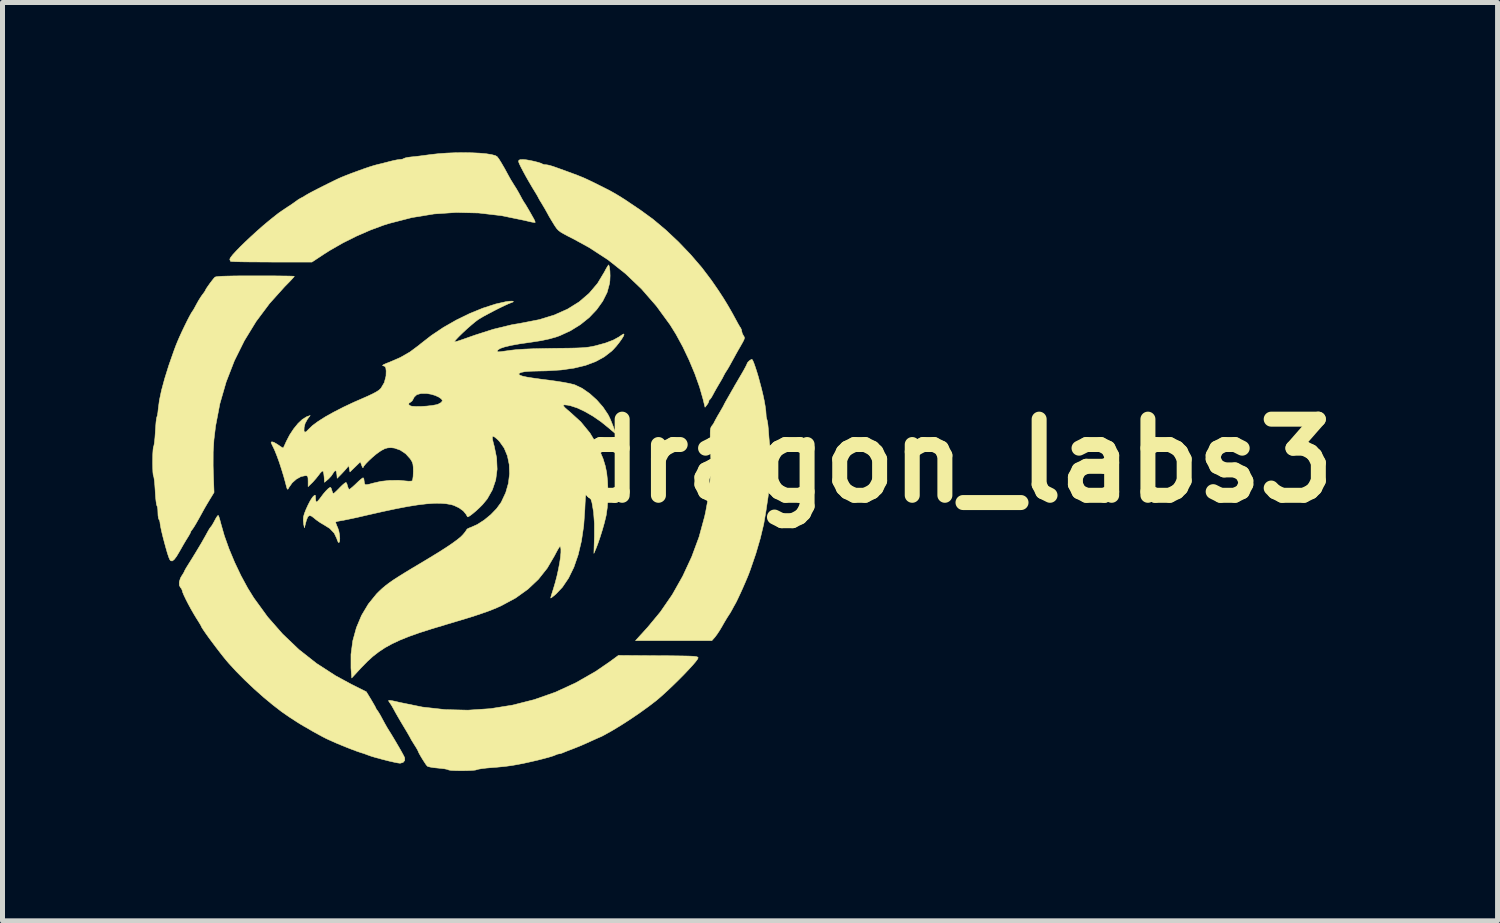
<source format=kicad_pcb>
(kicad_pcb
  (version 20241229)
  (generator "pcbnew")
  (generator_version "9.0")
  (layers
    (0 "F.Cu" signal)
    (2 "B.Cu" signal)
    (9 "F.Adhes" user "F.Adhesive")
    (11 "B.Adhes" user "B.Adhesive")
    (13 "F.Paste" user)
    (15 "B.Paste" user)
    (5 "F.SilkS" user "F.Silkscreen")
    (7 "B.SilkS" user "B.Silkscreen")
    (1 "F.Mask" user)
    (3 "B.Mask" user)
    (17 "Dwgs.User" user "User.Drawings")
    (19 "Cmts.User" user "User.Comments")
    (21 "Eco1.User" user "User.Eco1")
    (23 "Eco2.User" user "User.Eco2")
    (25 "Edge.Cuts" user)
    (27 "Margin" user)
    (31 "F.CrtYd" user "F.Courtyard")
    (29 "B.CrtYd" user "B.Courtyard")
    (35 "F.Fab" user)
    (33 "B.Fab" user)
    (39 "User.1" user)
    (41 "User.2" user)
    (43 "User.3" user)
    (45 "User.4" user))
  (footprint "dragon_labs3"
    (layer "F.Cu")
    (at 6.228 6.174)
    (property "Reference" "dragon_labs3" (at 9.779 0 0) (layer "F.SilkS") (effects (font (size 1.524 1.524) (thickness 0.3))))
    (attr through_hole)
    (fp_poly (pts (xy 0.169 -6.166) (xy 0.32 -6.159) (xy 0.453 -6.147) (xy 0.56 -6.13) (xy 0.636 -6.11) (xy 0.671 -6.09) (xy 0.706 -6.045) (xy 0.757 -5.963) (xy 0.825 -5.846) (xy 0.902 -5.704) (xy 0.946 -5.625) (xy 0.995 -5.546) (xy 1.015 -5.514) (xy 1.058 -5.446) (xy 1.106 -5.363) (xy 1.133 -5.313) (xy 1.169 -5.246) (xy 1.2 -5.192) (xy 1.216 -5.167) (xy 1.231 -5.146) (xy 1.254 -5.108) (xy 1.289 -5.049) (xy 1.338 -4.964) (xy 1.404 -4.847) (xy 1.408 -4.84) (xy 1.429 -4.796) (xy 1.434 -4.771) (xy 1.433 -4.771) (xy 1.41 -4.772) (xy 1.355 -4.781) (xy 1.278 -4.799) (xy 1.215 -4.814) (xy 0.757 -4.908) (xy 0.304 -4.961) (xy -0.144 -4.972) (xy -0.59 -4.942) (xy -1.036 -4.869) (xy -1.482 -4.754) (xy -1.598 -4.718) (xy -1.863 -4.62) (xy -2.141 -4.499) (xy -2.417 -4.361) (xy -2.675 -4.213) (xy -2.792 -4.139) (xy -3.034 -3.979) (xy -3.842 -3.979) (xy -4.023 -3.98) (xy -4.19 -3.981) (xy -4.34 -3.982) (xy -4.466 -3.984) (xy -4.566 -3.987) (xy -4.633 -3.99) (xy -4.663 -3.993) (xy -4.664 -3.993) (xy -4.677 -4.025) (xy -4.678 -4.039) (xy -4.662 -4.071) (xy -4.619 -4.126) (xy -4.552 -4.199) (xy -4.466 -4.288) (xy -4.365 -4.386) (xy -4.253 -4.491) (xy -4.136 -4.598) (xy -4.017 -4.703) (xy -3.9 -4.801) (xy -3.823 -4.863) (xy -3.769 -4.906) (xy -3.727 -4.939) (xy -3.713 -4.95) (xy -3.683 -4.972) (xy -3.629 -5.009) (xy -3.567 -5.051) (xy -3.507 -5.091) (xy -3.473 -5.112) (xy -3.435 -5.138) (xy -3.381 -5.176) (xy -3.365 -5.188) (xy -3.312 -5.226) (xy -3.269 -5.252) (xy -3.26 -5.257) (xy -3.223 -5.276) (xy -3.168 -5.309) (xy -3.143 -5.324) (xy -3.093 -5.353) (xy -3.014 -5.395) (xy -2.915 -5.446) (xy -2.804 -5.502) (xy -2.692 -5.558) (xy -2.586 -5.61) (xy -2.496 -5.653) (xy -2.434 -5.68) (xy -2.343 -5.717) (xy -2.233 -5.759) (xy -2.113 -5.803) (xy -1.994 -5.846) (xy -1.885 -5.883) (xy -1.795 -5.911) (xy -1.736 -5.927) (xy -1.736 -5.927) (xy -1.679 -5.941) (xy -1.598 -5.961) (xy -1.508 -5.984) (xy -1.494 -5.988) (xy -1.408 -6.009) (xy -1.331 -6.025) (xy -1.278 -6.032) (xy -1.271 -6.032) (xy -1.221 -6.039) (xy -1.195 -6.052) (xy -1.164 -6.064) (xy -1.105 -6.076) (xy -1.048 -6.083) (xy -0.975 -6.09) (xy -0.875 -6.102) (xy -0.76 -6.117) (xy -0.656 -6.131) (xy -0.502 -6.148) (xy -0.336 -6.16) (xy -0.165 -6.167) (xy 0.006 -6.169) (xy 0.169 -6.166)) (stroke (width 0.01) (type solid)) (fill yes) (layer "F.SilkS"))
    (fp_poly (pts (xy 3.894 3.9) (xy 4.099 3.901) (xy 4.265 3.903) (xy 4.397 3.905) (xy 4.498 3.907) (xy 4.574 3.91) (xy 4.627 3.914) (xy 4.661 3.919) (xy 4.682 3.926) (xy 4.692 3.934) (xy 4.695 3.943) (xy 4.683 3.97) (xy 4.644 4.022) (xy 4.583 4.093) (xy 4.504 4.179) (xy 4.412 4.276) (xy 4.311 4.378) (xy 4.205 4.482) (xy 4.099 4.583) (xy 3.998 4.676) (xy 3.906 4.757) (xy 3.856 4.799) (xy 3.702 4.917) (xy 3.523 5.046) (xy 3.333 5.175) (xy 3.145 5.296) (xy 2.971 5.401) (xy 2.948 5.414) (xy 2.867 5.459) (xy 2.8 5.496) (xy 2.756 5.519) (xy 2.743 5.524) (xy 2.721 5.533) (xy 2.669 5.556) (xy 2.596 5.589) (xy 2.536 5.616) (xy 2.43 5.664) (xy 2.316 5.713) (xy 2.213 5.754) (xy 2.18 5.767) (xy 2.1 5.797) (xy 2.032 5.824) (xy 1.989 5.842) (xy 1.985 5.844) (xy 1.937 5.861) (xy 1.916 5.863) (xy 1.87 5.873) (xy 1.847 5.884) (xy 1.801 5.903) (xy 1.72 5.928) (xy 1.611 5.958) (xy 1.482 5.991) (xy 1.339 6.024) (xy 1.249 6.044) (xy 1.1 6.074) (xy 0.966 6.098) (xy 0.83 6.116) (xy 0.677 6.131) (xy 0.561 6.14) (xy 0.457 6.149) (xy 0.367 6.16) (xy 0.301 6.171) (xy 0.268 6.18) (xy 0.266 6.181) (xy 0.238 6.189) (xy 0.178 6.195) (xy 0.097 6.199) (xy 0.003 6.201) (xy -0.093 6.201) (xy -0.181 6.199) (xy -0.252 6.195) (xy -0.296 6.188) (xy -0.305 6.183) (xy -0.33 6.174) (xy -0.387 6.163) (xy -0.466 6.154) (xy -0.505 6.15) (xy -0.594 6.141) (xy -0.668 6.129) (xy -0.716 6.116) (xy -0.725 6.11) (xy -0.748 6.084) (xy -0.782 6.033) (xy -0.823 5.969) (xy -0.862 5.904) (xy -0.893 5.848) (xy -0.909 5.813) (xy -0.91 5.808) (xy -0.921 5.786) (xy -0.948 5.739) (xy -0.984 5.682) (xy -1.022 5.621) (xy -1.049 5.577) (xy -1.058 5.558) (xy -1.069 5.538) (xy -1.097 5.488) (xy -1.139 5.416) (xy -1.191 5.329) (xy -1.205 5.306) (xy -1.264 5.207) (xy -1.32 5.111) (xy -1.366 5.03) (xy -1.396 4.974) (xy -1.398 4.971) (xy -1.433 4.908) (xy -1.466 4.856) (xy -1.477 4.842) (xy -1.498 4.809) (xy -1.499 4.794) (xy -1.475 4.794) (xy -1.419 4.803) (xy -1.341 4.82) (xy -1.278 4.835) (xy -0.822 4.928) (xy -0.366 4.979) (xy 0.088 4.99) (xy 0.538 4.96) (xy 0.981 4.889) (xy 1.415 4.779) (xy 1.839 4.63) (xy 2.249 4.441) (xy 2.644 4.215) (xy 2.924 4.023) (xy 3.1 3.894) (xy 3.894 3.9)) (stroke (width 0.01) (type solid)) (fill yes) (layer "F.SilkS"))
    (fp_poly (pts (xy 5.787 -2.013) (xy 5.81 -1.96) (xy 5.838 -1.881) (xy 5.87 -1.783) (xy 5.903 -1.674) (xy 5.927 -1.582) (xy 5.948 -1.504) (xy 5.969 -1.425) (xy 5.969 -1.423) (xy 5.994 -1.319) (xy 6.018 -1.206) (xy 6.037 -1.097) (xy 6.05 -1.004) (xy 6.054 -0.946) (xy 6.058 -0.883) (xy 6.07 -0.834) (xy 6.072 -0.829) (xy 6.081 -0.794) (xy 6.091 -0.728) (xy 6.1 -0.639) (xy 6.106 -0.561) (xy 6.113 -0.466) (xy 6.12 -0.387) (xy 6.126 -0.334) (xy 6.129 -0.315) (xy 6.135 -0.286) (xy 6.14 -0.225) (xy 6.144 -0.142) (xy 6.147 -0.047) (xy 6.148 0.052) (xy 6.148 0.143) (xy 6.146 0.219) (xy 6.142 0.27) (xy 6.138 0.286) (xy 6.127 0.312) (xy 6.119 0.369) (xy 6.115 0.444) (xy 6.115 0.451) (xy 6.111 0.552) (xy 6.103 0.658) (xy 6.094 0.73) (xy 6.08 0.822) (xy 6.064 0.929) (xy 6.053 1.005) (xy 6.008 1.266) (xy 5.939 1.553) (xy 5.85 1.858) (xy 5.742 2.173) (xy 5.708 2.265) (xy 5.677 2.341) (xy 5.636 2.437) (xy 5.59 2.543) (xy 5.542 2.649) (xy 5.497 2.745) (xy 5.46 2.822) (xy 5.435 2.868) (xy 5.407 2.917) (xy 5.376 2.975) (xy 5.339 3.041) (xy 5.299 3.102) (xy 5.268 3.151) (xy 5.225 3.223) (xy 5.179 3.303) (xy 5.175 3.311) (xy 5.126 3.393) (xy 5.076 3.469) (xy 5.034 3.525) (xy 5.032 3.528) (xy 4.97 3.598) (xy 3.442 3.598) (xy 3.495 3.54) (xy 3.533 3.498) (xy 3.59 3.436) (xy 3.655 3.364) (xy 3.682 3.335) (xy 3.941 3.022) (xy 4.178 2.678) (xy 4.387 2.308) (xy 4.567 1.92) (xy 4.715 1.52) (xy 4.826 1.112) (xy 4.846 1.02) (xy 4.895 0.752) (xy 4.927 0.496) (xy 4.945 0.235) (xy 4.949 -0.043) (xy 4.944 -0.234) (xy 4.939 -0.377) (xy 4.937 -0.483) (xy 4.937 -0.56) (xy 4.939 -0.614) (xy 4.945 -0.65) (xy 4.955 -0.676) (xy 4.968 -0.697) (xy 4.973 -0.703) (xy 5.003 -0.744) (xy 5.016 -0.769) (xy 5.016 -0.77) (xy 5.027 -0.792) (xy 5.054 -0.842) (xy 5.092 -0.91) (xy 5.112 -0.943) (xy 5.154 -1.016) (xy 5.187 -1.073) (xy 5.205 -1.106) (xy 5.207 -1.111) (xy 5.217 -1.131) (xy 5.242 -1.179) (xy 5.279 -1.243) (xy 5.284 -1.252) (xy 5.329 -1.331) (xy 5.372 -1.407) (xy 5.403 -1.46) (xy 5.431 -1.511) (xy 5.475 -1.585) (xy 5.526 -1.673) (xy 5.559 -1.728) (xy 5.606 -1.81) (xy 5.643 -1.878) (xy 5.667 -1.926) (xy 5.673 -1.942) (xy 5.688 -1.972) (xy 5.724 -2.007) (xy 5.761 -2.03) (xy 5.772 -2.032) (xy 5.787 -2.013)) (stroke (width 0.01) (type solid)) (fill yes) (layer "F.SilkS"))
    (fp_poly (pts (xy 1.251 -6.026) (xy 1.329 -6.013) (xy 1.413 -5.995) (xy 1.491 -5.975) (xy 1.551 -5.956) (xy 1.58 -5.941) (xy 1.61 -5.93) (xy 1.649 -5.927) (xy 1.674 -5.924) (xy 1.709 -5.917) (xy 1.759 -5.903) (xy 1.829 -5.88) (xy 1.924 -5.846) (xy 2.048 -5.801) (xy 2.184 -5.751) (xy 2.278 -5.716) (xy 2.355 -5.685) (xy 2.427 -5.655) (xy 2.504 -5.619) (xy 2.598 -5.574) (xy 2.708 -5.519) (xy 2.846 -5.45) (xy 2.957 -5.392) (xy 3.052 -5.338) (xy 3.143 -5.283) (xy 3.242 -5.22) (xy 3.32 -5.167) (xy 3.401 -5.113) (xy 3.473 -5.064) (xy 3.526 -5.029) (xy 3.544 -5.016) (xy 3.794 -4.834) (xy 4.049 -4.62) (xy 4.302 -4.382) (xy 4.544 -4.129) (xy 4.768 -3.869) (xy 4.964 -3.61) (xy 4.972 -3.598) (xy 5.094 -3.421) (xy 5.197 -3.264) (xy 5.288 -3.115) (xy 5.376 -2.962) (xy 5.456 -2.815) (xy 5.494 -2.745) (xy 5.526 -2.689) (xy 5.547 -2.659) (xy 5.548 -2.657) (xy 5.564 -2.62) (xy 5.567 -2.599) (xy 5.578 -2.552) (xy 5.601 -2.508) (xy 5.614 -2.488) (xy 5.622 -2.47) (xy 5.621 -2.45) (xy 5.61 -2.418) (xy 5.585 -2.37) (xy 5.545 -2.299) (xy 5.486 -2.197) (xy 5.486 -2.197) (xy 5.453 -2.138) (xy 5.41 -2.059) (xy 5.364 -1.976) (xy 5.363 -1.974) (xy 5.323 -1.901) (xy 5.287 -1.839) (xy 5.263 -1.802) (xy 5.261 -1.799) (xy 5.235 -1.758) (xy 5.206 -1.704) (xy 5.178 -1.649) (xy 5.137 -1.579) (xy 5.111 -1.535) (xy 5.063 -1.453) (xy 5.014 -1.366) (xy 4.994 -1.328) (xy 4.963 -1.272) (xy 4.937 -1.236) (xy 4.927 -1.228) (xy 4.912 -1.211) (xy 4.911 -1.198) (xy 4.898 -1.161) (xy 4.872 -1.121) (xy 4.833 -1.073) (xy 4.795 -1.23) (xy 4.724 -1.478) (xy 4.629 -1.744) (xy 4.515 -2.017) (xy 4.388 -2.284) (xy 4.252 -2.534) (xy 4.134 -2.724) (xy 3.86 -3.099) (xy 3.563 -3.44) (xy 3.241 -3.747) (xy 2.892 -4.024) (xy 2.514 -4.27) (xy 2.202 -4.441) (xy 2.087 -4.499) (xy 2.004 -4.544) (xy 1.944 -4.579) (xy 1.902 -4.611) (xy 1.869 -4.645) (xy 1.84 -4.685) (xy 1.814 -4.725) (xy 1.762 -4.81) (xy 1.709 -4.899) (xy 1.675 -4.962) (xy 1.631 -5.041) (xy 1.584 -5.12) (xy 1.564 -5.154) (xy 1.528 -5.212) (xy 1.502 -5.258) (xy 1.496 -5.271) (xy 1.476 -5.308) (xy 1.444 -5.362) (xy 1.434 -5.378) (xy 1.374 -5.476) (xy 1.312 -5.582) (xy 1.251 -5.689) (xy 1.196 -5.79) (xy 1.15 -5.878) (xy 1.117 -5.946) (xy 1.102 -5.986) (xy 1.101 -5.992) (xy 1.108 -6.018) (xy 1.136 -6.029) (xy 1.191 -6.031) (xy 1.251 -6.026)) (stroke (width 0.01) (type solid)) (fill yes) (layer "F.SilkS"))
    (fp_poly (pts (xy -4.898 1.114) (xy -4.881 1.168) (xy -4.861 1.241) (xy -4.858 1.254) (xy -4.788 1.499) (xy -4.694 1.762) (xy -4.581 2.033) (xy -4.455 2.298) (xy -4.32 2.547) (xy -4.197 2.745) (xy -3.922 3.123) (xy -3.621 3.466) (xy -3.295 3.777) (xy -2.942 4.055) (xy -2.56 4.302) (xy -2.248 4.471) (xy -1.946 4.622) (xy -1.851 4.778) (xy -1.809 4.85) (xy -1.776 4.907) (xy -1.758 4.942) (xy -1.757 4.947) (xy -1.744 4.972) (xy -1.727 4.994) (xy -1.703 5.029) (xy -1.667 5.089) (xy -1.628 5.161) (xy -1.626 5.165) (xy -1.581 5.248) (xy -1.535 5.33) (xy -1.5 5.387) (xy -1.45 5.467) (xy -1.394 5.56) (xy -1.336 5.658) (xy -1.28 5.754) (xy -1.232 5.839) (xy -1.197 5.904) (xy -1.179 5.942) (xy -1.178 5.942) (xy -1.177 5.996) (xy -1.209 6.035) (xy -1.266 6.052) (xy -1.274 6.052) (xy -1.318 6.046) (xy -1.389 6.032) (xy -1.471 6.013) (xy -1.482 6.011) (xy -1.627 5.974) (xy -1.751 5.941) (xy -1.848 5.912) (xy -1.91 5.89) (xy -1.916 5.888) (xy -1.963 5.87) (xy -2.028 5.848) (xy -2.043 5.844) (xy -2.135 5.813) (xy -2.247 5.771) (xy -2.349 5.731) (xy -2.407 5.707) (xy -2.445 5.692) (xy -2.523 5.66) (xy -2.609 5.622) (xy -2.688 5.587) (xy -2.746 5.56) (xy -2.752 5.557) (xy -2.813 5.526) (xy -2.887 5.486) (xy -2.963 5.444) (xy -3.027 5.409) (xy -3.066 5.386) (xy -3.106 5.362) (xy -3.163 5.329) (xy -3.186 5.317) (xy -3.252 5.278) (xy -3.312 5.241) (xy -3.325 5.233) (xy -3.374 5.201) (xy -3.44 5.158) (xy -3.484 5.13) (xy -3.641 5.021) (xy -3.816 4.886) (xy -4.002 4.732) (xy -4.191 4.564) (xy -4.374 4.391) (xy -4.545 4.219) (xy -4.696 4.055) (xy -4.745 3.998) (xy -4.808 3.921) (xy -4.88 3.829) (xy -4.956 3.73) (xy -5.032 3.629) (xy -5.103 3.533) (xy -5.164 3.447) (xy -5.212 3.377) (xy -5.242 3.33) (xy -5.249 3.313) (xy -5.26 3.291) (xy -5.288 3.244) (xy -5.329 3.178) (xy -5.344 3.155) (xy -5.396 3.069) (xy -5.452 2.972) (xy -5.507 2.871) (xy -5.556 2.775) (xy -5.596 2.692) (xy -5.622 2.63) (xy -5.63 2.598) (xy -5.645 2.559) (xy -5.662 2.54) (xy -5.689 2.492) (xy -5.69 2.424) (xy -5.666 2.347) (xy -5.641 2.303) (xy -5.609 2.253) (xy -5.59 2.218) (xy -5.588 2.211) (xy -5.577 2.188) (xy -5.55 2.14) (xy -5.518 2.089) (xy -5.428 1.945) (xy -5.336 1.794) (xy -5.248 1.647) (xy -5.172 1.513) (xy -5.117 1.413) (xy -5.087 1.361) (xy -5.063 1.327) (xy -5.058 1.322) (xy -5.04 1.299) (xy -5.01 1.249) (xy -4.982 1.197) (xy -4.95 1.138) (xy -4.923 1.1) (xy -4.91 1.091) (xy -4.898 1.114)) (stroke (width 0.01) (type solid)) (fill yes) (layer "F.SilkS"))
    (fp_poly (pts (xy -3.988 -3.703) (xy -3.825 -3.703) (xy -3.681 -3.701) (xy -3.561 -3.7) (xy -3.468 -3.698) (xy -3.409 -3.696) (xy -3.387 -3.693) (xy -3.387 -3.693) (xy -3.401 -3.675) (xy -3.439 -3.632) (xy -3.496 -3.572) (xy -3.567 -3.5) (xy -3.58 -3.487) (xy -3.882 -3.151) (xy -4.152 -2.79) (xy -4.387 -2.406) (xy -4.587 -2.003) (xy -4.751 -1.581) (xy -4.877 -1.145) (xy -4.963 -0.696) (xy -4.996 -0.422) (xy -5.011 -0.18) (xy -5.012 0.096) (xy -5.008 0.247) (xy -4.994 0.632) (xy -5.078 0.77) (xy -5.129 0.855) (xy -5.18 0.942) (xy -5.217 1.009) (xy -5.288 1.138) (xy -5.348 1.244) (xy -5.396 1.324) (xy -5.428 1.371) (xy -5.435 1.38) (xy -5.458 1.411) (xy -5.461 1.423) (xy -5.472 1.449) (xy -5.499 1.498) (xy -5.519 1.53) (xy -5.555 1.588) (xy -5.604 1.67) (xy -5.656 1.762) (xy -5.683 1.809) (xy -5.744 1.912) (xy -5.793 1.976) (xy -5.831 2.004) (xy -5.862 1.999) (xy -5.882 1.973) (xy -5.902 1.925) (xy -5.928 1.846) (xy -5.957 1.745) (xy -5.988 1.632) (xy -6.018 1.517) (xy -6.044 1.41) (xy -6.063 1.319) (xy -6.074 1.255) (xy -6.075 1.238) (xy -6.083 1.194) (xy -6.096 1.175) (xy -6.107 1.148) (xy -6.115 1.093) (xy -6.117 1.04) (xy -6.12 0.97) (xy -6.129 0.918) (xy -6.137 0.899) (xy -6.146 0.871) (xy -6.155 0.809) (xy -6.164 0.723) (xy -6.171 0.619) (xy -6.172 0.597) (xy -6.179 0.492) (xy -6.187 0.404) (xy -6.196 0.339) (xy -6.203 0.307) (xy -6.205 0.305) (xy -6.212 0.28) (xy -6.218 0.223) (xy -6.221 0.142) (xy -6.223 0.048) (xy -6.222 -0.05) (xy -6.22 -0.142) (xy -6.215 -0.218) (xy -6.209 -0.27) (xy -6.203 -0.287) (xy -6.195 -0.315) (xy -6.186 -0.376) (xy -6.177 -0.462) (xy -6.17 -0.565) (xy -6.169 -0.582) (xy -6.162 -0.687) (xy -6.155 -0.777) (xy -6.146 -0.843) (xy -6.139 -0.877) (xy -6.138 -0.878) (xy -6.128 -0.909) (xy -6.118 -0.969) (xy -6.111 -1.037) (xy -6.088 -1.211) (xy -6.045 -1.413) (xy -5.982 -1.646) (xy -5.899 -1.912) (xy -5.794 -2.211) (xy -5.761 -2.3) (xy -5.729 -2.379) (xy -5.687 -2.477) (xy -5.637 -2.586) (xy -5.584 -2.697) (xy -5.533 -2.801) (xy -5.487 -2.89) (xy -5.451 -2.955) (xy -5.432 -2.985) (xy -5.408 -3.02) (xy -5.375 -3.079) (xy -5.346 -3.133) (xy -5.302 -3.212) (xy -5.253 -3.289) (xy -5.226 -3.327) (xy -5.189 -3.376) (xy -5.168 -3.41) (xy -5.165 -3.417) (xy -5.153 -3.442) (xy -5.122 -3.488) (xy -5.081 -3.546) (xy -5.037 -3.604) (xy -4.999 -3.652) (xy -4.975 -3.677) (xy -4.954 -3.684) (xy -4.909 -3.69) (xy -4.838 -3.695) (xy -4.737 -3.698) (xy -4.603 -3.701) (xy -4.433 -3.703) (xy -4.225 -3.703) (xy -4.165 -3.703) (xy -3.988 -3.703)) (stroke (width 0.01) (type solid)) (fill yes) (layer "F.SilkS"))
    (fp_poly (pts (xy 2.921 -3.873) (xy 2.93 -3.796) (xy 2.933 -3.703) (xy 2.929 -3.608) (xy 2.922 -3.549) (xy 2.873 -3.37) (xy 2.785 -3.195) (xy 2.664 -3.026) (xy 2.514 -2.868) (xy 2.337 -2.726) (xy 2.14 -2.604) (xy 1.925 -2.505) (xy 1.849 -2.478) (xy 1.717 -2.441) (xy 1.554 -2.406) (xy 1.367 -2.377) (xy 1.333 -2.372) (xy 1.123 -2.342) (xy 0.952 -2.311) (xy 0.822 -2.28) (xy 0.733 -2.25) (xy 0.686 -2.219) (xy 0.677 -2.201) (xy 0.678 -2.19) (xy 0.684 -2.184) (xy 0.703 -2.182) (xy 0.742 -2.185) (xy 0.806 -2.194) (xy 0.904 -2.207) (xy 0.944 -2.213) (xy 1.061 -2.226) (xy 1.214 -2.236) (xy 1.404 -2.244) (xy 1.633 -2.249) (xy 1.81 -2.252) (xy 1.996 -2.254) (xy 2.146 -2.256) (xy 2.266 -2.259) (xy 2.362 -2.263) (xy 2.44 -2.269) (xy 2.506 -2.277) (xy 2.566 -2.287) (xy 2.627 -2.3) (xy 2.644 -2.304) (xy 2.841 -2.358) (xy 2.998 -2.418) (xy 3.116 -2.483) (xy 3.126 -2.491) (xy 3.172 -2.522) (xy 3.203 -2.539) (xy 3.207 -2.54) (xy 3.212 -2.525) (xy 3.195 -2.486) (xy 3.16 -2.43) (xy 3.112 -2.364) (xy 3.058 -2.296) (xy 3.001 -2.233) (xy 2.965 -2.197) (xy 2.815 -2.081) (xy 2.641 -1.986) (xy 2.441 -1.911) (xy 2.212 -1.856) (xy 1.95 -1.819) (xy 1.654 -1.801) (xy 1.504 -1.798) (xy 1.344 -1.794) (xy 1.225 -1.785) (xy 1.147 -1.769) (xy 1.11 -1.748) (xy 1.106 -1.742) (xy 1.111 -1.726) (xy 1.137 -1.71) (xy 1.189 -1.693) (xy 1.27 -1.676) (xy 1.383 -1.658) (xy 1.532 -1.637) (xy 1.683 -1.618) (xy 1.851 -1.595) (xy 1.998 -1.572) (xy 2.118 -1.549) (xy 2.205 -1.528) (xy 2.23 -1.52) (xy 2.376 -1.45) (xy 2.524 -1.347) (xy 2.665 -1.22) (xy 2.79 -1.078) (xy 2.89 -0.929) (xy 2.91 -0.891) (xy 2.936 -0.836) (xy 2.965 -0.766) (xy 2.994 -0.693) (xy 3.018 -0.626) (xy 3.035 -0.575) (xy 3.039 -0.551) (xy 3.038 -0.55) (xy 3.019 -0.563) (xy 2.977 -0.598) (xy 2.92 -0.646) (xy 2.906 -0.658) (xy 2.753 -0.782) (xy 2.592 -0.893) (xy 2.431 -0.986) (xy 2.279 -1.058) (xy 2.142 -1.103) (xy 2.082 -1.115) (xy 2.023 -1.121) (xy 1.999 -1.118) (xy 1.999 -1.102) (xy 2.003 -1.096) (xy 2.028 -1.066) (xy 2.077 -1.022) (xy 2.133 -0.975) (xy 2.347 -0.78) (xy 2.529 -0.558) (xy 2.679 -0.31) (xy 2.793 -0.042) (xy 2.838 0.106) (xy 2.865 0.24) (xy 2.882 0.403) (xy 2.89 0.582) (xy 2.888 0.763) (xy 2.877 0.934) (xy 2.856 1.083) (xy 2.85 1.111) (xy 2.819 1.239) (xy 2.779 1.381) (xy 2.734 1.524) (xy 2.69 1.653) (xy 2.651 1.755) (xy 2.65 1.757) (xy 2.609 1.852) (xy 2.619 1.513) (xy 2.619 1.255) (xy 2.603 1.03) (xy 2.571 0.84) (xy 2.527 0.699) (xy 2.501 0.641) (xy 2.48 0.613) (xy 2.463 0.617) (xy 2.45 0.657) (xy 2.44 0.733) (xy 2.433 0.848) (xy 2.428 0.968) (xy 2.405 1.298) (xy 2.36 1.603) (xy 2.294 1.881) (xy 2.208 2.13) (xy 2.102 2.347) (xy 1.978 2.53) (xy 1.85 2.665) (xy 1.797 2.709) (xy 1.759 2.739) (xy 1.745 2.746) (xy 1.748 2.725) (xy 1.763 2.673) (xy 1.786 2.6) (xy 1.799 2.559) (xy 1.836 2.434) (xy 1.87 2.303) (xy 1.899 2.171) (xy 1.923 2.045) (xy 1.94 1.931) (xy 1.949 1.834) (xy 1.949 1.763) (xy 1.94 1.722) (xy 1.93 1.714) (xy 1.913 1.732) (xy 1.884 1.78) (xy 1.846 1.85) (xy 1.82 1.9) (xy 1.675 2.148) (xy 1.498 2.371) (xy 1.288 2.569) (xy 1.044 2.744) (xy 0.764 2.895) (xy 0.756 2.899) (xy 0.668 2.939) (xy 0.576 2.977) (xy 0.475 3.016) (xy 0.359 3.056) (xy 0.225 3.101) (xy 0.066 3.151) (xy -0.124 3.208) (xy -0.348 3.275) (xy -0.37 3.282) (xy -0.647 3.365) (xy -0.887 3.442) (xy -1.095 3.516) (xy -1.276 3.589) (xy -1.433 3.663) (xy -1.573 3.74) (xy -1.699 3.824) (xy -1.816 3.915) (xy -1.929 4.018) (xy -2.042 4.134) (xy -2.061 4.154) (xy -2.238 4.346) (xy -2.253 4.147) (xy -2.253 3.873) (xy -2.217 3.602) (xy -2.145 3.34) (xy -2.041 3.092) (xy -1.905 2.865) (xy -1.741 2.663) (xy -1.69 2.612) (xy -1.628 2.554) (xy -1.564 2.5) (xy -1.493 2.446) (xy -1.409 2.387) (xy -1.307 2.321) (xy -1.182 2.243) (xy -1.029 2.15) (xy -0.921 2.086) (xy -0.696 1.951) (xy -0.506 1.835) (xy -0.349 1.735) (xy -0.223 1.65) (xy -0.126 1.579) (xy -0.054 1.52) (xy -0.009 1.474) (xy 0.032 1.424) (xy 0.058 1.386) (xy 0.064 1.374) (xy 0.082 1.358) (xy 0.127 1.338) (xy 0.143 1.333) (xy 0.275 1.274) (xy 0.412 1.186) (xy 0.545 1.077) (xy 0.662 0.956) (xy 0.752 0.832) (xy 0.759 0.818) (xy 0.844 0.637) (xy 0.898 0.448) (xy 0.921 0.258) (xy 0.914 0.073) (xy 0.878 -0.1) (xy 0.813 -0.256) (xy 0.719 -0.389) (xy 0.681 -0.428) (xy 0.626 -0.474) (xy 0.592 -0.492) (xy 0.577 -0.479) (xy 0.579 -0.433) (xy 0.598 -0.351) (xy 0.614 -0.294) (xy 0.662 -0.058) (xy 0.672 0.168) (xy 0.644 0.382) (xy 0.577 0.58) (xy 0.474 0.762) (xy 0.381 0.875) (xy 0.316 0.94) (xy 0.248 1.003) (xy 0.182 1.058) (xy 0.128 1.099) (xy 0.091 1.12) (xy 0.079 1.12) (xy 0.066 1.097) (xy 0.051 1.07) (xy -0.005 1.002) (xy -0.091 0.94) (xy -0.193 0.892) (xy -0.247 0.876) (xy -0.349 0.858) (xy -0.464 0.849) (xy -0.595 0.85) (xy -0.746 0.861) (xy -0.92 0.882) (xy -1.12 0.914) (xy -1.35 0.958) (xy -1.613 1.014) (xy -1.913 1.082) (xy -1.944 1.089) (xy -2.077 1.12) (xy -2.203 1.148) (xy -2.314 1.171) (xy -2.401 1.189) (xy -2.454 1.198) (xy -2.515 1.209) (xy -2.554 1.221) (xy -2.561 1.228) (xy -2.553 1.255) (xy -2.533 1.307) (xy -2.519 1.336) (xy -2.497 1.401) (xy -2.483 1.477) (xy -2.477 1.55) (xy -2.48 1.608) (xy -2.494 1.638) (xy -2.509 1.626) (xy -2.528 1.585) (xy -2.535 1.56) (xy -2.588 1.448) (xy -2.678 1.353) (xy -2.79 1.283) (xy -2.87 1.236) (xy -2.951 1.179) (xy -2.985 1.15) (xy -3.043 1.106) (xy -3.084 1.094) (xy -3.116 1.118) (xy -3.142 1.18) (xy -3.157 1.232) (xy -3.185 1.34) (xy -3.2 1.268) (xy -3.208 1.194) (xy -3.204 1.122) (xy -3.186 1.056) (xy -3.153 0.972) (xy -3.112 0.882) (xy -3.069 0.799) (xy -3.028 0.735) (xy -3.007 0.71) (xy -2.978 0.687) (xy -2.966 0.691) (xy -2.963 0.729) (xy -2.963 0.748) (xy -2.958 0.798) (xy -2.946 0.824) (xy -2.943 0.826) (xy -2.921 0.809) (xy -2.885 0.768) (xy -2.861 0.736) (xy -2.809 0.666) (xy -2.755 0.603) (xy -2.707 0.555) (xy -2.672 0.531) (xy -2.666 0.529) (xy -2.65 0.547) (xy -2.636 0.591) (xy -2.635 0.593) (xy -2.621 0.637) (xy -2.606 0.656) (xy -2.606 0.656) (xy -2.585 0.642) (xy -2.544 0.604) (xy -2.49 0.55) (xy -2.48 0.539) (xy -2.425 0.485) (xy -2.38 0.447) (xy -2.354 0.432) (xy -2.351 0.433) (xy -2.335 0.459) (xy -2.321 0.508) (xy -2.306 0.552) (xy -2.289 0.571) (xy -2.288 0.572) (xy -2.265 0.558) (xy -2.22 0.521) (xy -2.163 0.469) (xy -2.149 0.455) (xy -2.091 0.4) (xy -2.042 0.359) (xy -2.013 0.339) (xy -2.01 0.339) (xy -1.996 0.357) (xy -1.99 0.401) (xy -1.983 0.45) (xy -1.969 0.476) (xy -1.939 0.477) (xy -1.882 0.466) (xy -1.814 0.447) (xy -1.652 0.41) (xy -1.471 0.391) (xy -1.291 0.39) (xy -1.196 0.399) (xy -1.107 0.407) (xy -1.047 0.406) (xy -1.027 0.399) (xy -1.017 0.369) (xy -1.009 0.309) (xy -1.006 0.231) (xy -1.005 0.212) (xy -1.007 0.124) (xy -1.014 0.064) (xy -1.031 0.017) (xy -1.06 -0.031) (xy -1.069 -0.044) (xy -1.158 -0.142) (xy -1.267 -0.215) (xy -1.384 -0.256) (xy -1.452 -0.264) (xy -1.518 -0.26) (xy -1.576 -0.244) (xy -1.641 -0.21) (xy -1.684 -0.182) (xy -1.751 -0.133) (xy -1.823 -0.072) (xy -1.893 -0.007) (xy -1.954 0.055) (xy -1.996 0.106) (xy -2.012 0.138) (xy -2.019 0.135) (xy -2.035 0.101) (xy -2.039 0.089) (xy -2.065 0.019) (xy -2.169 0.12) (xy -2.274 0.222) (xy -2.286 0.159) (xy -2.298 0.095) (xy -2.339 0.147) (xy -2.38 0.194) (xy -2.434 0.252) (xy -2.455 0.274) (xy -2.529 0.349) (xy -2.536 0.27) (xy -2.547 0.211) (xy -2.566 0.194) (xy -2.593 0.218) (xy -2.613 0.251) (xy -2.65 0.305) (xy -2.702 0.361) (xy -2.714 0.371) (xy -2.783 0.43) (xy -2.79 0.326) (xy -2.797 0.262) (xy -2.808 0.216) (xy -2.814 0.204) (xy -2.835 0.21) (xy -2.869 0.244) (xy -2.895 0.279) (xy -2.951 0.35) (xy -3.014 0.422) (xy -3.035 0.443) (xy -3.111 0.516) (xy -3.111 0.406) (xy -3.113 0.342) (xy -3.121 0.309) (xy -3.141 0.298) (xy -3.165 0.296) (xy -3.254 0.315) (xy -3.345 0.365) (xy -3.429 0.439) (xy -3.492 0.528) (xy -3.496 0.534) (xy -3.511 0.563) (xy -3.523 0.569) (xy -3.534 0.55) (xy -3.549 0.498) (xy -3.564 0.439) (xy -3.6 0.308) (xy -3.643 0.168) (xy -3.688 0.029) (xy -3.734 -0.097) (xy -3.775 -0.2) (xy -3.799 -0.253) (xy -3.828 -0.312) (xy -3.848 -0.356) (xy -3.852 -0.37) (xy -3.837 -0.382) (xy -3.796 -0.371) (xy -3.737 -0.337) (xy -3.705 -0.316) (xy -3.654 -0.281) (xy -3.618 -0.26) (xy -3.609 -0.258) (xy -3.598 -0.279) (xy -3.575 -0.328) (xy -3.549 -0.386) (xy -3.481 -0.518) (xy -3.4 -0.641) (xy -3.313 -0.748) (xy -3.225 -0.831) (xy -3.142 -0.882) (xy -3.129 -0.887) (xy -3.069 -0.908) (xy -3.124 -0.835) (xy -3.171 -0.749) (xy -3.191 -0.667) (xy -3.193 -0.601) (xy -3.178 -0.573) (xy -3.147 -0.585) (xy -3.098 -0.635) (xy -3.098 -0.635) (xy -3.023 -0.707) (xy -2.912 -0.789) (xy -2.769 -0.88) (xy -2.597 -0.976) (xy -2.402 -1.076) (xy -2.243 -1.151) (xy -1.097 -1.151) (xy -1.095 -1.123) (xy -1.061 -1.1) (xy -1.032 -1.093) (xy -0.95 -1.088) (xy -0.846 -1.089) (xy -0.735 -1.096) (xy -0.63 -1.108) (xy -0.546 -1.123) (xy -0.509 -1.134) (xy -0.449 -1.167) (xy -0.424 -1.2) (xy -0.423 -1.205) (xy -0.443 -1.239) (xy -0.494 -1.275) (xy -0.567 -1.309) (xy -0.653 -1.334) (xy -0.737 -1.348) (xy -0.852 -1.348) (xy -0.935 -1.325) (xy -0.987 -1.277) (xy -1.001 -1.249) (xy -1.029 -1.2) (xy -1.063 -1.173) (xy -1.097 -1.151) (xy -2.243 -1.151) (xy -2.187 -1.177) (xy -2.047 -1.238) (xy -1.915 -1.296) (xy -1.816 -1.343) (xy -1.745 -1.381) (xy -1.694 -1.414) (xy -1.659 -1.447) (xy -1.652 -1.455) (xy -1.586 -1.567) (xy -1.552 -1.698) (xy -1.549 -1.8) (xy -1.556 -1.86) (xy -1.572 -1.889) (xy -1.603 -1.901) (xy -1.607 -1.902) (xy -1.622 -1.909) (xy -1.605 -1.924) (xy -1.552 -1.948) (xy -1.48 -1.976) (xy -1.263 -2.07) (xy -1.072 -2.18) (xy -0.891 -2.315) (xy -0.864 -2.338) (xy -0.646 -2.508) (xy -0.404 -2.67) (xy -0.145 -2.818) (xy 0.121 -2.948) (xy 0.386 -3.056) (xy 0.642 -3.139) (xy 0.841 -3.184) (xy 0.918 -3.195) (xy 0.972 -3.197) (xy 0.997 -3.192) (xy 0.99 -3.18) (xy 0.947 -3.163) (xy 0.894 -3.142) (xy 0.813 -3.105) (xy 0.714 -3.057) (xy 0.606 -3.002) (xy 0.5 -2.946) (xy 0.403 -2.894) (xy 0.327 -2.849) (xy 0.294 -2.829) (xy 0.233 -2.783) (xy 0.155 -2.718) (xy 0.068 -2.642) (xy -0.017 -2.563) (xy -0.092 -2.49) (xy -0.148 -2.431) (xy -0.168 -2.408) (xy -0.177 -2.394) (xy -0.177 -2.386) (xy -0.164 -2.385) (xy -0.132 -2.392) (xy -0.078 -2.409) (xy 0.003 -2.437) (xy 0.116 -2.477) (xy 0.233 -2.518) (xy 0.596 -2.634) (xy 0.958 -2.722) (xy 1.185 -2.762) (xy 1.517 -2.827) (xy 1.815 -2.919) (xy 2.081 -3.037) (xy 2.314 -3.182) (xy 2.514 -3.354) (xy 2.682 -3.552) (xy 2.815 -3.773) (xy 2.853 -3.844) (xy 2.884 -3.896) (xy 2.903 -3.921) (xy 2.907 -3.921) (xy 2.921 -3.873)) (stroke (width 0.01) (type solid)) (fill yes) (layer "F.SilkS")))
  (gr_rect
    (start -3 -3)
    (end 26.924 15.38)
    (stroke (width 0.1) (type default))
    (fill no)
    (layer "Edge.Cuts")))
</source>
